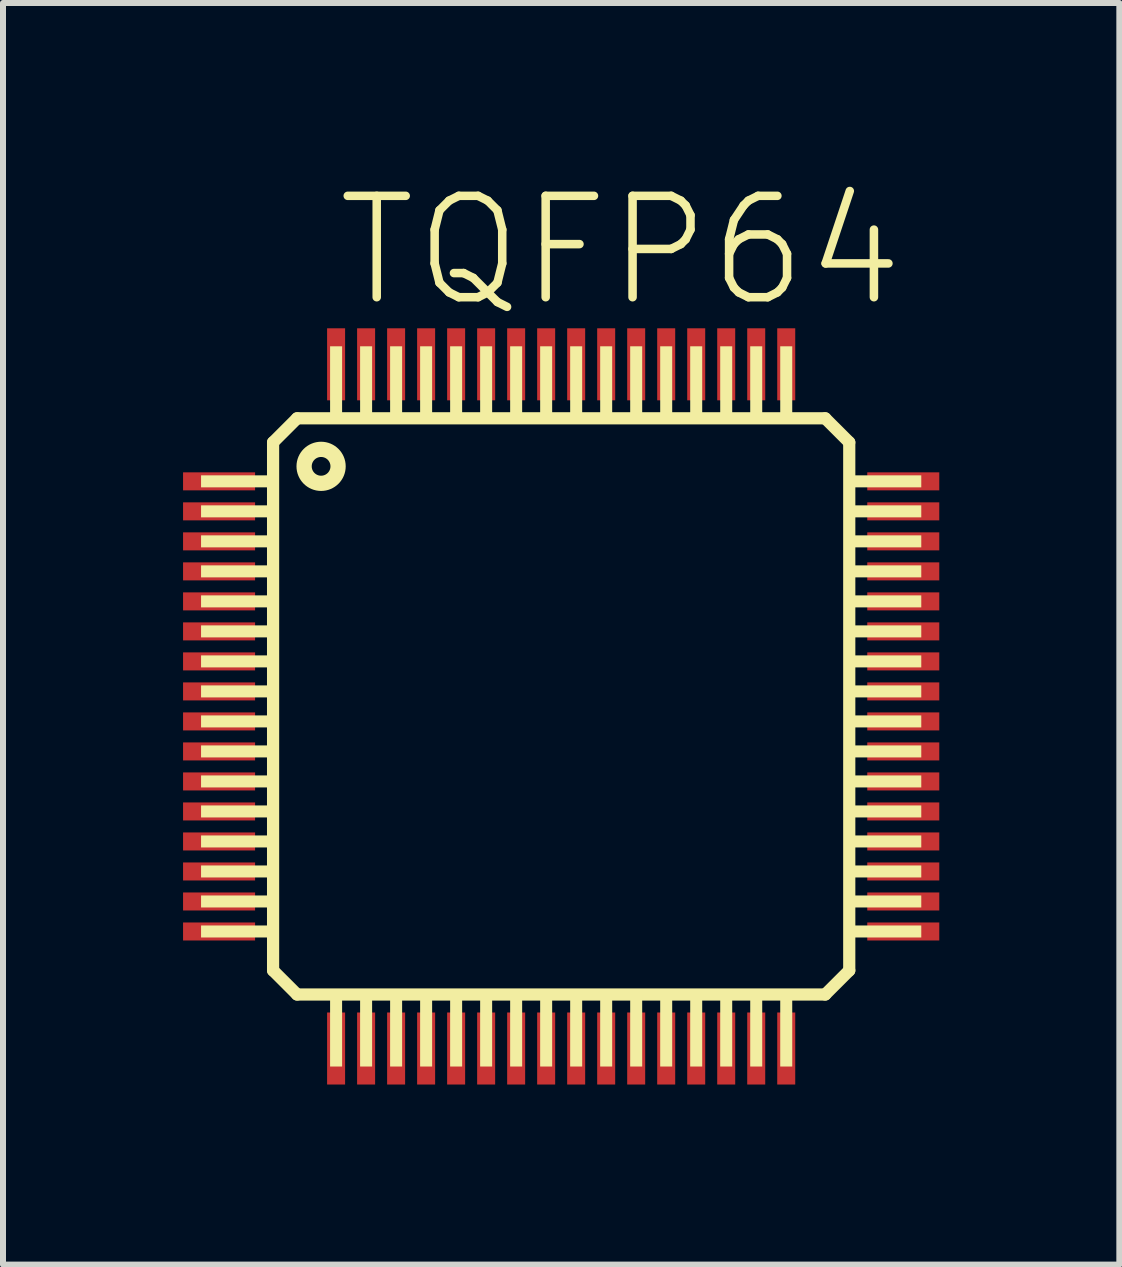
<source format=kicad_pcb>
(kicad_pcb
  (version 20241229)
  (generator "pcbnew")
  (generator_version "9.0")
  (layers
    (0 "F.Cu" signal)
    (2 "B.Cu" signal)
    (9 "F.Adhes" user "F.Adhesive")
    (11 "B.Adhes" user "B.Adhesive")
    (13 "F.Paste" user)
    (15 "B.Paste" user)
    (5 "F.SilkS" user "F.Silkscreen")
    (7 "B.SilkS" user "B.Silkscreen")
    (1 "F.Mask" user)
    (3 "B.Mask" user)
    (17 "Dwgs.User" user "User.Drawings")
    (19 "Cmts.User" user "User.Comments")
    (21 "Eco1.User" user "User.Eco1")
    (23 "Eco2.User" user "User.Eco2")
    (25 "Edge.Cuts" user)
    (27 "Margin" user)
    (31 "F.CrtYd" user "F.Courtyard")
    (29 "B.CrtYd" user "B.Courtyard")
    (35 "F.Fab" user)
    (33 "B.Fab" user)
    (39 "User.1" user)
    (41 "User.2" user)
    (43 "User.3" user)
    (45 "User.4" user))
  (footprint "TQFP64"
    (layer "F.Cu")
    (at 6.3 8.72)
    (property "Reference" "TQFP64" (at -3.81 -6.604 0) (layer "F.SilkS") (effects (font (size 1.689 1.689) (thickness 0.142)) (justify left bottom)))
    (attr through_hole)
    (fp_line (start -4.8 -4.4) (end -4.4 -4.8) (stroke (width 0.203) (type solid)) (layer "F.SilkS"))
    (fp_line (start -4.8 4.4) (end -4.8 -4.4) (stroke (width 0.203) (type solid)) (layer "F.SilkS"))
    (fp_line (start -4.4 -4.8) (end 4.4 -4.8) (stroke (width 0.203) (type solid)) (layer "F.SilkS"))
    (fp_line (start -4.4 4.8) (end -4.8 4.4) (stroke (width 0.203) (type solid)) (layer "F.SilkS"))
    (fp_line (start 4.4 -4.8) (end 4.8 -4.4) (stroke (width 0.203) (type solid)) (layer "F.SilkS"))
    (fp_line (start 4.4 4.8) (end -4.4 4.8) (stroke (width 0.203) (type solid)) (layer "F.SilkS"))
    (fp_line (start 4.8 -4.4) (end 4.8 4.4) (stroke (width 0.203) (type solid)) (layer "F.SilkS"))
    (fp_line (start 4.8 4.4) (end 4.4 4.8) (stroke (width 0.203) (type solid)) (layer "F.SilkS"))
    (fp_circle (center -4 -4) (end -3.717 -4) (stroke (width 0.254) (type solid)) (fill no) (layer "F.SilkS"))
    (fp_poly (pts (xy -6 -3.65) (xy -4.8 -3.65) (xy -4.8 -3.85) (xy -6 -3.85)) (stroke (width 0) (type solid)) (fill yes) (layer "F.SilkS"))
    (fp_poly (pts (xy -6 -3.15) (xy -4.8 -3.15) (xy -4.8 -3.35) (xy -6 -3.35)) (stroke (width 0) (type solid)) (fill yes) (layer "F.SilkS"))
    (fp_poly (pts (xy -6 -2.65) (xy -4.8 -2.65) (xy -4.8 -2.85) (xy -6 -2.85)) (stroke (width 0) (type solid)) (fill yes) (layer "F.SilkS"))
    (fp_poly (pts (xy -6 -2.15) (xy -4.8 -2.15) (xy -4.8 -2.35) (xy -6 -2.35)) (stroke (width 0) (type solid)) (fill yes) (layer "F.SilkS"))
    (fp_poly (pts (xy -6 -1.65) (xy -4.8 -1.65) (xy -4.8 -1.85) (xy -6 -1.85)) (stroke (width 0) (type solid)) (fill yes) (layer "F.SilkS"))
    (fp_poly (pts (xy -6 -1.15) (xy -4.8 -1.15) (xy -4.8 -1.35) (xy -6 -1.35)) (stroke (width 0) (type solid)) (fill yes) (layer "F.SilkS"))
    (fp_poly (pts (xy -6 -0.65) (xy -4.8 -0.65) (xy -4.8 -0.85) (xy -6 -0.85)) (stroke (width 0) (type solid)) (fill yes) (layer "F.SilkS"))
    (fp_poly (pts (xy -6 -0.15) (xy -4.8 -0.15) (xy -4.8 -0.35) (xy -6 -0.35)) (stroke (width 0) (type solid)) (fill yes) (layer "F.SilkS"))
    (fp_poly (pts (xy -6 0.35) (xy -4.8 0.35) (xy -4.8 0.15) (xy -6 0.15)) (stroke (width 0) (type solid)) (fill yes) (layer "F.SilkS"))
    (fp_poly (pts (xy -6 0.85) (xy -4.8 0.85) (xy -4.8 0.65) (xy -6 0.65)) (stroke (width 0) (type solid)) (fill yes) (layer "F.SilkS"))
    (fp_poly (pts (xy -6 1.35) (xy -4.8 1.35) (xy -4.8 1.15) (xy -6 1.15)) (stroke (width 0) (type solid)) (fill yes) (layer "F.SilkS"))
    (fp_poly (pts (xy -6 1.85) (xy -4.8 1.85) (xy -4.8 1.65) (xy -6 1.65)) (stroke (width 0) (type solid)) (fill yes) (layer "F.SilkS"))
    (fp_poly (pts (xy -6 2.35) (xy -4.8 2.35) (xy -4.8 2.15) (xy -6 2.15)) (stroke (width 0) (type solid)) (fill yes) (layer "F.SilkS"))
    (fp_poly (pts (xy -6 2.85) (xy -4.8 2.85) (xy -4.8 2.65) (xy -6 2.65)) (stroke (width 0) (type solid)) (fill yes) (layer "F.SilkS"))
    (fp_poly (pts (xy -6 3.35) (xy -4.8 3.35) (xy -4.8 3.15) (xy -6 3.15)) (stroke (width 0) (type solid)) (fill yes) (layer "F.SilkS"))
    (fp_poly (pts (xy -6 3.85) (xy -4.8 3.85) (xy -4.8 3.65) (xy -6 3.65)) (stroke (width 0) (type solid)) (fill yes) (layer "F.SilkS"))
    (fp_poly (pts (xy -3.85 -4.8) (xy -3.65 -4.8) (xy -3.65 -6) (xy -3.85 -6)) (stroke (width 0) (type solid)) (fill yes) (layer "F.SilkS"))
    (fp_poly (pts (xy -3.85 6) (xy -3.65 6) (xy -3.65 4.8) (xy -3.85 4.8)) (stroke (width 0) (type solid)) (fill yes) (layer "F.SilkS"))
    (fp_poly (pts (xy -3.35 -4.8) (xy -3.15 -4.8) (xy -3.15 -6) (xy -3.35 -6)) (stroke (width 0) (type solid)) (fill yes) (layer "F.SilkS"))
    (fp_poly (pts (xy -3.35 6) (xy -3.15 6) (xy -3.15 4.8) (xy -3.35 4.8)) (stroke (width 0) (type solid)) (fill yes) (layer "F.SilkS"))
    (fp_poly (pts (xy -2.85 -4.8) (xy -2.65 -4.8) (xy -2.65 -6) (xy -2.85 -6)) (stroke (width 0) (type solid)) (fill yes) (layer "F.SilkS"))
    (fp_poly (pts (xy -2.85 6) (xy -2.65 6) (xy -2.65 4.8) (xy -2.85 4.8)) (stroke (width 0) (type solid)) (fill yes) (layer "F.SilkS"))
    (fp_poly (pts (xy -2.35 -4.8) (xy -2.15 -4.8) (xy -2.15 -6) (xy -2.35 -6)) (stroke (width 0) (type solid)) (fill yes) (layer "F.SilkS"))
    (fp_poly (pts (xy -2.35 6) (xy -2.15 6) (xy -2.15 4.8) (xy -2.35 4.8)) (stroke (width 0) (type solid)) (fill yes) (layer "F.SilkS"))
    (fp_poly (pts (xy -1.85 -4.8) (xy -1.65 -4.8) (xy -1.65 -6) (xy -1.85 -6)) (stroke (width 0) (type solid)) (fill yes) (layer "F.SilkS"))
    (fp_poly (pts (xy -1.85 6) (xy -1.65 6) (xy -1.65 4.8) (xy -1.85 4.8)) (stroke (width 0) (type solid)) (fill yes) (layer "F.SilkS"))
    (fp_poly (pts (xy -1.35 -4.8) (xy -1.15 -4.8) (xy -1.15 -6) (xy -1.35 -6)) (stroke (width 0) (type solid)) (fill yes) (layer "F.SilkS"))
    (fp_poly (pts (xy -1.35 6) (xy -1.15 6) (xy -1.15 4.8) (xy -1.35 4.8)) (stroke (width 0) (type solid)) (fill yes) (layer "F.SilkS"))
    (fp_poly (pts (xy -0.85 -4.8) (xy -0.65 -4.8) (xy -0.65 -6) (xy -0.85 -6)) (stroke (width 0) (type solid)) (fill yes) (layer "F.SilkS"))
    (fp_poly (pts (xy -0.85 6) (xy -0.65 6) (xy -0.65 4.8) (xy -0.85 4.8)) (stroke (width 0) (type solid)) (fill yes) (layer "F.SilkS"))
    (fp_poly (pts (xy -0.35 -4.8) (xy -0.15 -4.8) (xy -0.15 -6) (xy -0.35 -6)) (stroke (width 0) (type solid)) (fill yes) (layer "F.SilkS"))
    (fp_poly (pts (xy -0.35 6) (xy -0.15 6) (xy -0.15 4.8) (xy -0.35 4.8)) (stroke (width 0) (type solid)) (fill yes) (layer "F.SilkS"))
    (fp_poly (pts (xy 0.15 -4.8) (xy 0.35 -4.8) (xy 0.35 -6) (xy 0.15 -6)) (stroke (width 0) (type solid)) (fill yes) (layer "F.SilkS"))
    (fp_poly (pts (xy 0.15 6) (xy 0.35 6) (xy 0.35 4.8) (xy 0.15 4.8)) (stroke (width 0) (type solid)) (fill yes) (layer "F.SilkS"))
    (fp_poly (pts (xy 0.65 -4.8) (xy 0.85 -4.8) (xy 0.85 -6) (xy 0.65 -6)) (stroke (width 0) (type solid)) (fill yes) (layer "F.SilkS"))
    (fp_poly (pts (xy 0.65 6) (xy 0.85 6) (xy 0.85 4.8) (xy 0.65 4.8)) (stroke (width 0) (type solid)) (fill yes) (layer "F.SilkS"))
    (fp_poly (pts (xy 1.15 -4.8) (xy 1.35 -4.8) (xy 1.35 -6) (xy 1.15 -6)) (stroke (width 0) (type solid)) (fill yes) (layer "F.SilkS"))
    (fp_poly (pts (xy 1.15 6) (xy 1.35 6) (xy 1.35 4.8) (xy 1.15 4.8)) (stroke (width 0) (type solid)) (fill yes) (layer "F.SilkS"))
    (fp_poly (pts (xy 1.65 -4.8) (xy 1.85 -4.8) (xy 1.85 -6) (xy 1.65 -6)) (stroke (width 0) (type solid)) (fill yes) (layer "F.SilkS"))
    (fp_poly (pts (xy 1.65 6) (xy 1.85 6) (xy 1.85 4.8) (xy 1.65 4.8)) (stroke (width 0) (type solid)) (fill yes) (layer "F.SilkS"))
    (fp_poly (pts (xy 2.15 -4.8) (xy 2.35 -4.8) (xy 2.35 -6) (xy 2.15 -6)) (stroke (width 0) (type solid)) (fill yes) (layer "F.SilkS"))
    (fp_poly (pts (xy 2.15 6) (xy 2.35 6) (xy 2.35 4.8) (xy 2.15 4.8)) (stroke (width 0) (type solid)) (fill yes) (layer "F.SilkS"))
    (fp_poly (pts (xy 2.65 -4.8) (xy 2.85 -4.8) (xy 2.85 -6) (xy 2.65 -6)) (stroke (width 0) (type solid)) (fill yes) (layer "F.SilkS"))
    (fp_poly (pts (xy 2.65 6) (xy 2.85 6) (xy 2.85 4.8) (xy 2.65 4.8)) (stroke (width 0) (type solid)) (fill yes) (layer "F.SilkS"))
    (fp_poly (pts (xy 3.15 -4.8) (xy 3.35 -4.8) (xy 3.35 -6) (xy 3.15 -6)) (stroke (width 0) (type solid)) (fill yes) (layer "F.SilkS"))
    (fp_poly (pts (xy 3.15 6) (xy 3.35 6) (xy 3.35 4.8) (xy 3.15 4.8)) (stroke (width 0) (type solid)) (fill yes) (layer "F.SilkS"))
    (fp_poly (pts (xy 3.65 -4.8) (xy 3.85 -4.8) (xy 3.85 -6) (xy 3.65 -6)) (stroke (width 0) (type solid)) (fill yes) (layer "F.SilkS"))
    (fp_poly (pts (xy 3.65 6) (xy 3.85 6) (xy 3.85 4.8) (xy 3.65 4.8)) (stroke (width 0) (type solid)) (fill yes) (layer "F.SilkS"))
    (fp_poly (pts (xy 4.8 -3.65) (xy 6 -3.65) (xy 6 -3.85) (xy 4.8 -3.85)) (stroke (width 0) (type solid)) (fill yes) (layer "F.SilkS"))
    (fp_poly (pts (xy 4.8 -3.15) (xy 6 -3.15) (xy 6 -3.35) (xy 4.8 -3.35)) (stroke (width 0) (type solid)) (fill yes) (layer "F.SilkS"))
    (fp_poly (pts (xy 4.8 -2.65) (xy 6 -2.65) (xy 6 -2.85) (xy 4.8 -2.85)) (stroke (width 0) (type solid)) (fill yes) (layer "F.SilkS"))
    (fp_poly (pts (xy 4.8 -2.15) (xy 6 -2.15) (xy 6 -2.35) (xy 4.8 -2.35)) (stroke (width 0) (type solid)) (fill yes) (layer "F.SilkS"))
    (fp_poly (pts (xy 4.8 -1.65) (xy 6 -1.65) (xy 6 -1.85) (xy 4.8 -1.85)) (stroke (width 0) (type solid)) (fill yes) (layer "F.SilkS"))
    (fp_poly (pts (xy 4.8 -1.15) (xy 6 -1.15) (xy 6 -1.35) (xy 4.8 -1.35)) (stroke (width 0) (type solid)) (fill yes) (layer "F.SilkS"))
    (fp_poly (pts (xy 4.8 -0.65) (xy 6 -0.65) (xy 6 -0.85) (xy 4.8 -0.85)) (stroke (width 0) (type solid)) (fill yes) (layer "F.SilkS"))
    (fp_poly (pts (xy 4.8 -0.15) (xy 6 -0.15) (xy 6 -0.35) (xy 4.8 -0.35)) (stroke (width 0) (type solid)) (fill yes) (layer "F.SilkS"))
    (fp_poly (pts (xy 4.8 0.35) (xy 6 0.35) (xy 6 0.15) (xy 4.8 0.15)) (stroke (width 0) (type solid)) (fill yes) (layer "F.SilkS"))
    (fp_poly (pts (xy 4.8 0.85) (xy 6 0.85) (xy 6 0.65) (xy 4.8 0.65)) (stroke (width 0) (type solid)) (fill yes) (layer "F.SilkS"))
    (fp_poly (pts (xy 4.8 1.35) (xy 6 1.35) (xy 6 1.15) (xy 4.8 1.15)) (stroke (width 0) (type solid)) (fill yes) (layer "F.SilkS"))
    (fp_poly (pts (xy 4.8 1.85) (xy 6 1.85) (xy 6 1.65) (xy 4.8 1.65)) (stroke (width 0) (type solid)) (fill yes) (layer "F.SilkS"))
    (fp_poly (pts (xy 4.8 2.35) (xy 6 2.35) (xy 6 2.15) (xy 4.8 2.15)) (stroke (width 0) (type solid)) (fill yes) (layer "F.SilkS"))
    (fp_poly (pts (xy 4.8 2.85) (xy 6 2.85) (xy 6 2.65) (xy 4.8 2.65)) (stroke (width 0) (type solid)) (fill yes) (layer "F.SilkS"))
    (fp_poly (pts (xy 4.8 3.35) (xy 6 3.35) (xy 6 3.15) (xy 4.8 3.15)) (stroke (width 0) (type solid)) (fill yes) (layer "F.SilkS"))
    (fp_poly (pts (xy 4.8 3.85) (xy 6 3.85) (xy 6 3.65) (xy 4.8 3.65)) (stroke (width 0) (type solid)) (fill yes) (layer "F.SilkS"))
    (pad "1" smd rect (at -5.7 -3.75) (size 1.2 0.3) (layers "F.Cu" "F.Mask" "F.Paste"))
    (pad "2" smd rect (at -5.7 -3.25) (size 1.2 0.3) (layers "F.Cu" "F.Mask" "F.Paste"))
    (pad "3" smd rect (at -5.7 -2.75) (size 1.2 0.3) (layers "F.Cu" "F.Mask" "F.Paste"))
    (pad "4" smd rect (at -5.7 -2.25) (size 1.2 0.3) (layers "F.Cu" "F.Mask" "F.Paste"))
    (pad "5" smd rect (at -5.7 -1.75) (size 1.2 0.3) (layers "F.Cu" "F.Mask" "F.Paste"))
    (pad "6" smd rect (at -5.7 -1.25) (size 1.2 0.3) (layers "F.Cu" "F.Mask" "F.Paste"))
    (pad "7" smd rect (at -5.7 -0.75) (size 1.2 0.3) (layers "F.Cu" "F.Mask" "F.Paste"))
    (pad "8" smd rect (at -5.7 -0.25) (size 1.2 0.3) (layers "F.Cu" "F.Mask" "F.Paste"))
    (pad "9" smd rect (at -5.7 0.25) (size 1.2 0.3) (layers "F.Cu" "F.Mask" "F.Paste"))
    (pad "10" smd rect (at -5.7 0.75) (size 1.2 0.3) (layers "F.Cu" "F.Mask" "F.Paste"))
    (pad "11" smd rect (at -5.7 1.25) (size 1.2 0.3) (layers "F.Cu" "F.Mask" "F.Paste"))
    (pad "12" smd rect (at -5.7 1.75) (size 1.2 0.3) (layers "F.Cu" "F.Mask" "F.Paste"))
    (pad "13" smd rect (at -5.7 2.25) (size 1.2 0.3) (layers "F.Cu" "F.Mask" "F.Paste"))
    (pad "14" smd rect (at -5.7 2.75) (size 1.2 0.3) (layers "F.Cu" "F.Mask" "F.Paste"))
    (pad "15" smd rect (at -5.7 3.25) (size 1.2 0.3) (layers "F.Cu" "F.Mask" "F.Paste"))
    (pad "16" smd rect (at -5.7 3.75) (size 1.2 0.3) (layers "F.Cu" "F.Mask" "F.Paste"))
    (pad "17" smd rect (at -3.75 5.7) (size 0.3 1.2) (layers "F.Cu" "F.Mask" "F.Paste"))
    (pad "18" smd rect (at -3.25 5.7) (size 0.3 1.2) (layers "F.Cu" "F.Mask" "F.Paste"))
    (pad "19" smd rect (at -2.75 5.7) (size 0.3 1.2) (layers "F.Cu" "F.Mask" "F.Paste"))
    (pad "20" smd rect (at -2.25 5.7) (size 0.3 1.2) (layers "F.Cu" "F.Mask" "F.Paste"))
    (pad "21" smd rect (at -1.75 5.7) (size 0.3 1.2) (layers "F.Cu" "F.Mask" "F.Paste"))
    (pad "22" smd rect (at -1.25 5.7) (size 0.3 1.2) (layers "F.Cu" "F.Mask" "F.Paste"))
    (pad "23" smd rect (at -0.75 5.7) (size 0.3 1.2) (layers "F.Cu" "F.Mask" "F.Paste"))
    (pad "24" smd rect (at -0.25 5.7) (size 0.3 1.2) (layers "F.Cu" "F.Mask" "F.Paste"))
    (pad "25" smd rect (at 0.25 5.7) (size 0.3 1.2) (layers "F.Cu" "F.Mask" "F.Paste"))
    (pad "26" smd rect (at 0.75 5.7) (size 0.3 1.2) (layers "F.Cu" "F.Mask" "F.Paste"))
    (pad "27" smd rect (at 1.25 5.7) (size 0.3 1.2) (layers "F.Cu" "F.Mask" "F.Paste"))
    (pad "28" smd rect (at 1.75 5.7) (size 0.3 1.2) (layers "F.Cu" "F.Mask" "F.Paste"))
    (pad "29" smd rect (at 2.25 5.7) (size 0.3 1.2) (layers "F.Cu" "F.Mask" "F.Paste"))
    (pad "30" smd rect (at 2.75 5.7) (size 0.3 1.2) (layers "F.Cu" "F.Mask" "F.Paste"))
    (pad "31" smd rect (at 3.25 5.7) (size 0.3 1.2) (layers "F.Cu" "F.Mask" "F.Paste"))
    (pad "32" smd rect (at 3.75 5.7) (size 0.3 1.2) (layers "F.Cu" "F.Mask" "F.Paste"))
    (pad "33" smd rect (at 5.7 3.75) (size 1.2 0.3) (layers "F.Cu" "F.Mask" "F.Paste"))
    (pad "34" smd rect (at 5.7 3.25) (size 1.2 0.3) (layers "F.Cu" "F.Mask" "F.Paste"))
    (pad "35" smd rect (at 5.7 2.75) (size 1.2 0.3) (layers "F.Cu" "F.Mask" "F.Paste"))
    (pad "36" smd rect (at 5.7 2.25) (size 1.2 0.3) (layers "F.Cu" "F.Mask" "F.Paste"))
    (pad "37" smd rect (at 5.7 1.75) (size 1.2 0.3) (layers "F.Cu" "F.Mask" "F.Paste"))
    (pad "38" smd rect (at 5.7 1.25) (size 1.2 0.3) (layers "F.Cu" "F.Mask" "F.Paste"))
    (pad "39" smd rect (at 5.7 0.75) (size 1.2 0.3) (layers "F.Cu" "F.Mask" "F.Paste"))
    (pad "40" smd rect (at 5.7 0.25) (size 1.2 0.3) (layers "F.Cu" "F.Mask" "F.Paste"))
    (pad "41" smd rect (at 5.7 -0.25) (size 1.2 0.3) (layers "F.Cu" "F.Mask" "F.Paste"))
    (pad "42" smd rect (at 5.7 -0.75) (size 1.2 0.3) (layers "F.Cu" "F.Mask" "F.Paste"))
    (pad "43" smd rect (at 5.7 -1.25) (size 1.2 0.3) (layers "F.Cu" "F.Mask" "F.Paste"))
    (pad "44" smd rect (at 5.7 -1.75) (size 1.2 0.3) (layers "F.Cu" "F.Mask" "F.Paste"))
    (pad "45" smd rect (at 5.7 -2.25) (size 1.2 0.3) (layers "F.Cu" "F.Mask" "F.Paste"))
    (pad "46" smd rect (at 5.7 -2.75) (size 1.2 0.3) (layers "F.Cu" "F.Mask" "F.Paste"))
    (pad "47" smd rect (at 5.7 -3.25) (size 1.2 0.3) (layers "F.Cu" "F.Mask" "F.Paste"))
    (pad "48" smd rect (at 5.7 -3.75) (size 1.2 0.3) (layers "F.Cu" "F.Mask" "F.Paste"))
    (pad "49" smd rect (at 3.75 -5.7) (size 0.3 1.2) (layers "F.Cu" "F.Mask" "F.Paste"))
    (pad "50" smd rect (at 3.25 -5.7) (size 0.3 1.2) (layers "F.Cu" "F.Mask" "F.Paste"))
    (pad "51" smd rect (at 2.75 -5.7) (size 0.3 1.2) (layers "F.Cu" "F.Mask" "F.Paste"))
    (pad "52" smd rect (at 2.25 -5.7) (size 0.3 1.2) (layers "F.Cu" "F.Mask" "F.Paste"))
    (pad "53" smd rect (at 1.75 -5.7) (size 0.3 1.2) (layers "F.Cu" "F.Mask" "F.Paste"))
    (pad "54" smd rect (at 1.25 -5.7) (size 0.3 1.2) (layers "F.Cu" "F.Mask" "F.Paste"))
    (pad "55" smd rect (at 0.75 -5.7) (size 0.3 1.2) (layers "F.Cu" "F.Mask" "F.Paste"))
    (pad "56" smd rect (at 0.25 -5.7) (size 0.3 1.2) (layers "F.Cu" "F.Mask" "F.Paste"))
    (pad "57" smd rect (at -0.25 -5.7) (size 0.3 1.2) (layers "F.Cu" "F.Mask" "F.Paste"))
    (pad "58" smd rect (at -0.75 -5.7) (size 0.3 1.2) (layers "F.Cu" "F.Mask" "F.Paste"))
    (pad "59" smd rect (at -1.25 -5.7) (size 0.3 1.2) (layers "F.Cu" "F.Mask" "F.Paste"))
    (pad "60" smd rect (at -1.75 -5.7) (size 0.3 1.2) (layers "F.Cu" "F.Mask" "F.Paste"))
    (pad "61" smd rect (at -2.25 -5.7) (size 0.3 1.2) (layers "F.Cu" "F.Mask" "F.Paste"))
    (pad "62" smd rect (at -2.75 -5.7) (size 0.3 1.2) (layers "F.Cu" "F.Mask" "F.Paste"))
    (pad "63" smd rect (at -3.25 -5.7) (size 0.3 1.2) (layers "F.Cu" "F.Mask" "F.Paste"))
    (pad "64" smd rect (at -3.75 -5.7) (size 0.3 1.2) (layers "F.Cu" "F.Mask" "F.Paste")))
  (gr_rect
    (start -3 -3)
    (end 15.6 18.02)
    (stroke (width 0.1) (type default))
    (fill no)
    (layer "Edge.Cuts")))
</source>
